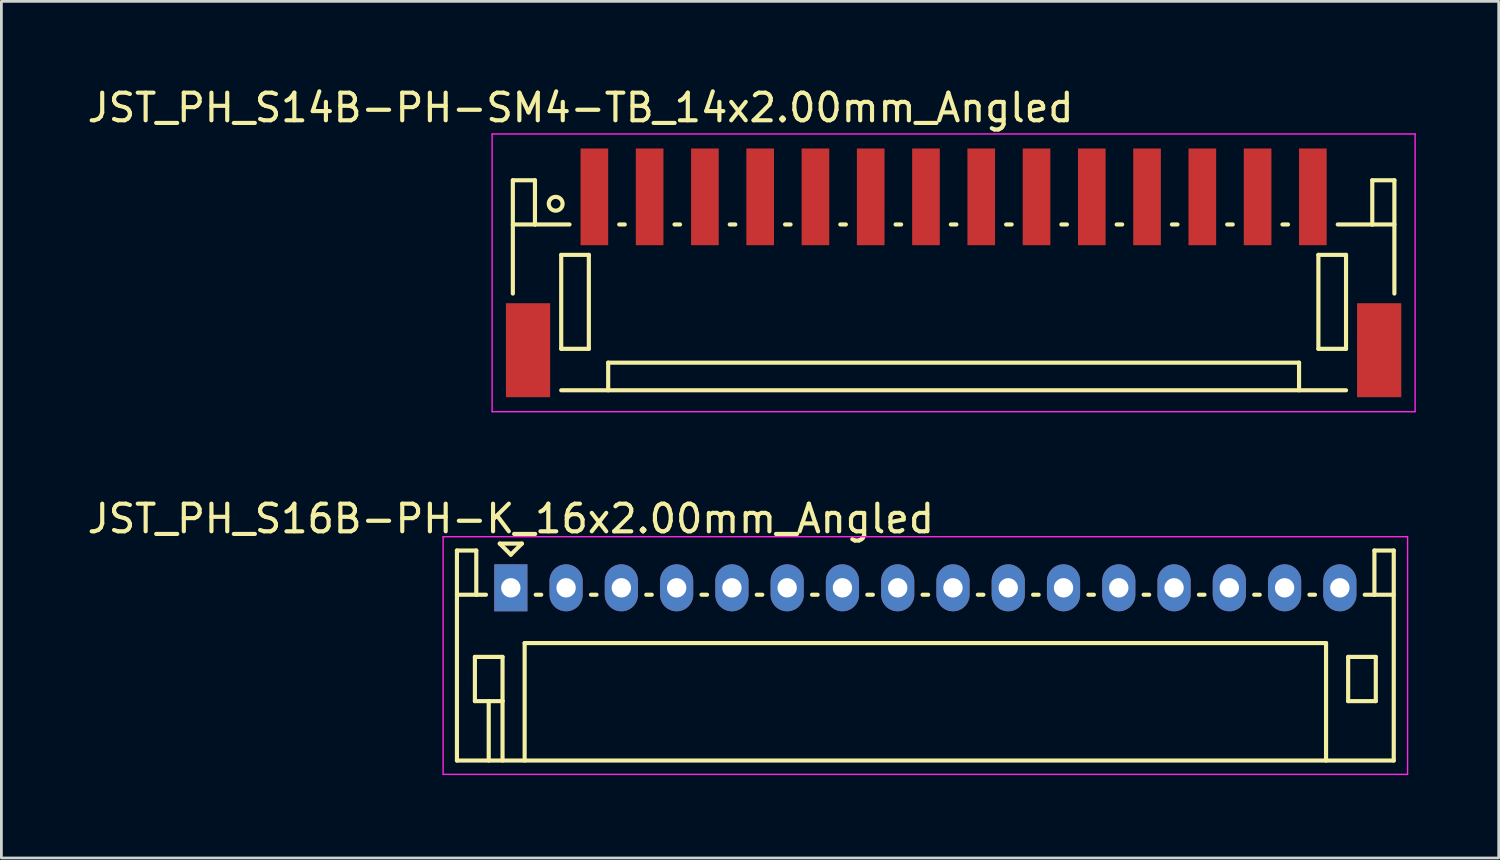
<source format=kicad_pcb>
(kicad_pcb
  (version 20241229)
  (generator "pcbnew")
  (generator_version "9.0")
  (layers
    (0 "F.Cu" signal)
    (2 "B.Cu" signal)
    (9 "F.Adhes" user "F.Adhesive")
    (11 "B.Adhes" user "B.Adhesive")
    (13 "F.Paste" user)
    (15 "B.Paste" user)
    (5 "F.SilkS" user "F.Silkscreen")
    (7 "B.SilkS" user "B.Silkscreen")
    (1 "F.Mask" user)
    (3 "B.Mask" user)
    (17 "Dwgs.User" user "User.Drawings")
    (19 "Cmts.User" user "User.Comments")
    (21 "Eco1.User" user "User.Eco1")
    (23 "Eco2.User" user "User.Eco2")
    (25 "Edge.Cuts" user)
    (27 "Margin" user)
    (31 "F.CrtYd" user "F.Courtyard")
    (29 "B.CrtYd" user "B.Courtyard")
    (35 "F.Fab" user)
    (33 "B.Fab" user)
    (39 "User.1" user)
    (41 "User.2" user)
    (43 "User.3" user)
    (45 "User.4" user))
  (footprint "JST_PH_S16B-PH-K_16x2.00mm_Angled"
    (layer "F.Cu")
    (at 15.435 18.221)
    (property "Reference" "JST_PH_S16B-PH-K_16x2.00mm_Angled" (at 0 -2.5 0) (layer "F.SilkS") (effects (font (size 1 1) (thickness 0.15))))
    (attr through_hole)
    (fp_line (start -1.95 -1.35) (end -1.95 6.25) (stroke (width 0.15) (type solid)) (layer "F.SilkS"))
    (fp_line (start -1.95 0.25) (end -1.25 0.25) (stroke (width 0.15) (type solid)) (layer "F.SilkS"))
    (fp_line (start -1.95 6.25) (end 31.95 6.25) (stroke (width 0.15) (type solid)) (layer "F.SilkS"))
    (fp_line (start -1.3 2.5) (end -1.3 4.1) (stroke (width 0.15) (type solid)) (layer "F.SilkS"))
    (fp_line (start -1.3 4.1) (end -0.3 4.1) (stroke (width 0.15) (type solid)) (layer "F.SilkS"))
    (fp_line (start -1.25 -1.35) (end -1.95 -1.35) (stroke (width 0.15) (type solid)) (layer "F.SilkS"))
    (fp_line (start -1.25 0.25) (end -1.25 -1.35) (stroke (width 0.15) (type solid)) (layer "F.SilkS"))
    (fp_line (start -0.9 0.25) (end -1.25 0.25) (stroke (width 0.15) (type solid)) (layer "F.SilkS"))
    (fp_line (start -0.8 4.1) (end -0.8 6.25) (stroke (width 0.15) (type solid)) (layer "F.SilkS"))
    (fp_line (start -0.4 -1.6) (end 0.4 -1.6) (stroke (width 0.15) (type solid)) (layer "F.SilkS"))
    (fp_line (start -0.3 2.5) (end -1.3 2.5) (stroke (width 0.15) (type solid)) (layer "F.SilkS"))
    (fp_line (start -0.3 4.1) (end -0.3 2.5) (stroke (width 0.15) (type solid)) (layer "F.SilkS"))
    (fp_line (start -0.3 4.1) (end -0.3 6.25) (stroke (width 0.15) (type solid)) (layer "F.SilkS"))
    (fp_line (start 0 -1.2) (end -0.4 -1.6) (stroke (width 0.15) (type solid)) (layer "F.SilkS"))
    (fp_line (start 0.4 -1.6) (end 0 -1.2) (stroke (width 0.15) (type solid)) (layer "F.SilkS"))
    (fp_line (start 0.5 2) (end 29.5 2) (stroke (width 0.15) (type solid)) (layer "F.SilkS"))
    (fp_line (start 0.5 6.25) (end 0.5 2) (stroke (width 0.15) (type solid)) (layer "F.SilkS"))
    (fp_line (start 0.9 0.25) (end 1.1 0.25) (stroke (width 0.15) (type solid)) (layer "F.SilkS"))
    (fp_line (start 2.9 0.25) (end 3.1 0.25) (stroke (width 0.15) (type solid)) (layer "F.SilkS"))
    (fp_line (start 4.9 0.25) (end 5.1 0.25) (stroke (width 0.15) (type solid)) (layer "F.SilkS"))
    (fp_line (start 6.9 0.25) (end 7.1 0.25) (stroke (width 0.15) (type solid)) (layer "F.SilkS"))
    (fp_line (start 8.9 0.25) (end 9.1 0.25) (stroke (width 0.15) (type solid)) (layer "F.SilkS"))
    (fp_line (start 10.9 0.25) (end 11.1 0.25) (stroke (width 0.15) (type solid)) (layer "F.SilkS"))
    (fp_line (start 12.9 0.25) (end 13.1 0.25) (stroke (width 0.15) (type solid)) (layer "F.SilkS"))
    (fp_line (start 14.9 0.25) (end 15.1 0.25) (stroke (width 0.15) (type solid)) (layer "F.SilkS"))
    (fp_line (start 16.9 0.25) (end 17.1 0.25) (stroke (width 0.15) (type solid)) (layer "F.SilkS"))
    (fp_line (start 18.9 0.25) (end 19.1 0.25) (stroke (width 0.15) (type solid)) (layer "F.SilkS"))
    (fp_line (start 20.9 0.25) (end 21.1 0.25) (stroke (width 0.15) (type solid)) (layer "F.SilkS"))
    (fp_line (start 22.9 0.25) (end 23.1 0.25) (stroke (width 0.15) (type solid)) (layer "F.SilkS"))
    (fp_line (start 24.9 0.25) (end 25.1 0.25) (stroke (width 0.15) (type solid)) (layer "F.SilkS"))
    (fp_line (start 26.9 0.25) (end 27.1 0.25) (stroke (width 0.15) (type solid)) (layer "F.SilkS"))
    (fp_line (start 28.9 0.25) (end 29.1 0.25) (stroke (width 0.15) (type solid)) (layer "F.SilkS"))
    (fp_line (start 29.5 2) (end 29.5 6.25) (stroke (width 0.15) (type solid)) (layer "F.SilkS"))
    (fp_line (start 30.3 2.5) (end 31.3 2.5) (stroke (width 0.15) (type solid)) (layer "F.SilkS"))
    (fp_line (start 30.3 4.1) (end 30.3 2.5) (stroke (width 0.15) (type solid)) (layer "F.SilkS"))
    (fp_line (start 31.25 -1.35) (end 31.25 0.25) (stroke (width 0.15) (type solid)) (layer "F.SilkS"))
    (fp_line (start 31.25 0.25) (end 30.9 0.25) (stroke (width 0.15) (type solid)) (layer "F.SilkS"))
    (fp_line (start 31.3 2.5) (end 31.3 4.1) (stroke (width 0.15) (type solid)) (layer "F.SilkS"))
    (fp_line (start 31.3 4.1) (end 30.3 4.1) (stroke (width 0.15) (type solid)) (layer "F.SilkS"))
    (fp_line (start 31.95 -1.35) (end 31.25 -1.35) (stroke (width 0.15) (type solid)) (layer "F.SilkS"))
    (fp_line (start 31.95 0.25) (end 31.25 0.25) (stroke (width 0.15) (type solid)) (layer "F.SilkS"))
    (fp_line (start 31.95 6.25) (end 31.95 -1.35) (stroke (width 0.15) (type solid)) (layer "F.SilkS"))
    (fp_line (start -2.45 -1.85) (end 32.45 -1.85) (stroke (width 0.05) (type solid)) (layer "F.CrtYd"))
    (fp_line (start -2.45 6.75) (end -2.45 -1.85) (stroke (width 0.05) (type solid)) (layer "F.CrtYd"))
    (fp_line (start 32.45 -1.85) (end 32.45 6.75) (stroke (width 0.05) (type solid)) (layer "F.CrtYd"))
    (fp_line (start 32.45 6.75) (end -2.45 6.75) (stroke (width 0.05) (type solid)) (layer "F.CrtYd"))
    (pad "1" thru_hole rect (at 0 0) (size 1.2 1.7) (drill 0.7) (layers "*.Cu" "*.Mask"))
    (pad "2" thru_hole oval (at 2 0) (size 1.2 1.7) (drill 0.7) (layers "*.Cu" "*.Mask"))
    (pad "3" thru_hole oval (at 4 0) (size 1.2 1.7) (drill 0.7) (layers "*.Cu" "*.Mask"))
    (pad "4" thru_hole oval (at 6 0) (size 1.2 1.7) (drill 0.7) (layers "*.Cu" "*.Mask"))
    (pad "5" thru_hole oval (at 8 0) (size 1.2 1.7) (drill 0.7) (layers "*.Cu" "*.Mask"))
    (pad "6" thru_hole oval (at 10 0) (size 1.2 1.7) (drill 0.7) (layers "*.Cu" "*.Mask"))
    (pad "7" thru_hole oval (at 12 0) (size 1.2 1.7) (drill 0.7) (layers "*.Cu" "*.Mask"))
    (pad "8" thru_hole oval (at 14 0) (size 1.2 1.7) (drill 0.7) (layers "*.Cu" "*.Mask"))
    (pad "9" thru_hole oval (at 16 0) (size 1.2 1.7) (drill 0.7) (layers "*.Cu" "*.Mask"))
    (pad "10" thru_hole oval (at 18 0) (size 1.2 1.7) (drill 0.7) (layers "*.Cu" "*.Mask"))
    (pad "11" thru_hole oval (at 20 0) (size 1.2 1.7) (drill 0.7) (layers "*.Cu" "*.Mask"))
    (pad "12" thru_hole oval (at 22 0) (size 1.2 1.7) (drill 0.7) (layers "*.Cu" "*.Mask"))
    (pad "13" thru_hole oval (at 24 0) (size 1.2 1.7) (drill 0.7) (layers "*.Cu" "*.Mask"))
    (pad "14" thru_hole oval (at 26 0) (size 1.2 1.7) (drill 0.7) (layers "*.Cu" "*.Mask"))
    (pad "15" thru_hole oval (at 28 0) (size 1.2 1.7) (drill 0.7) (layers "*.Cu" "*.Mask"))
    (pad "16" thru_hole oval (at 30 0) (size 1.2 1.7) (drill 0.7) (layers "*.Cu" "*.Mask")))
  (footprint "JST_PH_S14B-PH-SM4-TB_14x2.00mm_Angled"
    (layer "F.Cu")
    (at 31.458 6.848)
    (property "Reference" "JST_PH_S14B-PH-SM4-TB_14x2.00mm_Angled" (at -13.5 -6 0) (layer "F.SilkS") (effects (font (size 1 1) (thickness 0.15))))
    (attr smd)
    (fp_line (start -15.95 -3.375) (end -15.95 0.725) (stroke (width 0.15) (type solid)) (layer "F.SilkS"))
    (fp_line (start -15.15 -3.375) (end -15.95 -3.375) (stroke (width 0.15) (type solid)) (layer "F.SilkS"))
    (fp_line (start -15.15 -1.775) (end -15.95 -1.775) (stroke (width 0.15) (type solid)) (layer "F.SilkS"))
    (fp_line (start -15.15 -1.775) (end -15.15 -3.375) (stroke (width 0.15) (type solid)) (layer "F.SilkS"))
    (fp_line (start -14.2 -0.675) (end -14.2 2.725) (stroke (width 0.15) (type solid)) (layer "F.SilkS"))
    (fp_line (start -14.2 2.725) (end -13.2 2.725) (stroke (width 0.15) (type solid)) (layer "F.SilkS"))
    (fp_line (start -14.2 4.225) (end 14.2 4.225) (stroke (width 0.15) (type solid)) (layer "F.SilkS"))
    (fp_line (start -13.9 -1.775) (end -15.15 -1.775) (stroke (width 0.15) (type solid)) (layer "F.SilkS"))
    (fp_line (start -13.2 -0.675) (end -14.2 -0.675) (stroke (width 0.15) (type solid)) (layer "F.SilkS"))
    (fp_line (start -13.2 2.725) (end -13.2 -0.675) (stroke (width 0.15) (type solid)) (layer "F.SilkS"))
    (fp_line (start -12.5 3.225) (end 12.5 3.225) (stroke (width 0.15) (type solid)) (layer "F.SilkS"))
    (fp_line (start -12.5 4.225) (end -12.5 3.225) (stroke (width 0.15) (type solid)) (layer "F.SilkS"))
    (fp_line (start -12.1 -1.775) (end -11.9 -1.775) (stroke (width 0.15) (type solid)) (layer "F.SilkS"))
    (fp_line (start -10.1 -1.775) (end -9.9 -1.775) (stroke (width 0.15) (type solid)) (layer "F.SilkS"))
    (fp_line (start -8.1 -1.775) (end -7.9 -1.775) (stroke (width 0.15) (type solid)) (layer "F.SilkS"))
    (fp_line (start -6.1 -1.775) (end -5.9 -1.775) (stroke (width 0.15) (type solid)) (layer "F.SilkS"))
    (fp_line (start -4.1 -1.775) (end -3.9 -1.775) (stroke (width 0.15) (type solid)) (layer "F.SilkS"))
    (fp_line (start -2.1 -1.775) (end -1.9 -1.775) (stroke (width 0.15) (type solid)) (layer "F.SilkS"))
    (fp_line (start -0.1 -1.775) (end 0.1 -1.775) (stroke (width 0.15) (type solid)) (layer "F.SilkS"))
    (fp_line (start 1.9 -1.775) (end 2.1 -1.775) (stroke (width 0.15) (type solid)) (layer "F.SilkS"))
    (fp_line (start 3.9 -1.775) (end 4.1 -1.775) (stroke (width 0.15) (type solid)) (layer "F.SilkS"))
    (fp_line (start 5.9 -1.775) (end 6.1 -1.775) (stroke (width 0.15) (type solid)) (layer "F.SilkS"))
    (fp_line (start 7.9 -1.775) (end 8.1 -1.775) (stroke (width 0.15) (type solid)) (layer "F.SilkS"))
    (fp_line (start 9.9 -1.775) (end 10.1 -1.775) (stroke (width 0.15) (type solid)) (layer "F.SilkS"))
    (fp_line (start 11.9 -1.775) (end 12.1 -1.775) (stroke (width 0.15) (type solid)) (layer "F.SilkS"))
    (fp_line (start 12.5 3.225) (end 12.5 4.225) (stroke (width 0.15) (type solid)) (layer "F.SilkS"))
    (fp_line (start 13.2 -0.675) (end 14.2 -0.675) (stroke (width 0.15) (type solid)) (layer "F.SilkS"))
    (fp_line (start 13.2 2.725) (end 13.2 -0.675) (stroke (width 0.15) (type solid)) (layer "F.SilkS"))
    (fp_line (start 13.9 -1.775) (end 15.15 -1.775) (stroke (width 0.15) (type solid)) (layer "F.SilkS"))
    (fp_line (start 14.2 -0.675) (end 14.2 2.725) (stroke (width 0.15) (type solid)) (layer "F.SilkS"))
    (fp_line (start 14.2 2.725) (end 13.2 2.725) (stroke (width 0.15) (type solid)) (layer "F.SilkS"))
    (fp_line (start 15.15 -3.375) (end 15.95 -3.375) (stroke (width 0.15) (type solid)) (layer "F.SilkS"))
    (fp_line (start 15.15 -1.775) (end 15.15 -3.375) (stroke (width 0.15) (type solid)) (layer "F.SilkS"))
    (fp_line (start 15.15 -1.775) (end 15.95 -1.775) (stroke (width 0.15) (type solid)) (layer "F.SilkS"))
    (fp_line (start 15.95 -3.375) (end 15.95 0.725) (stroke (width 0.15) (type solid)) (layer "F.SilkS"))
    (fp_circle (center -14.4 -2.525) (end -14.15 -2.525) (stroke (width 0.15) (type solid)) (fill no) (layer "F.SilkS"))
    (fp_line (start -16.7 -5.05) (end 16.7 -5.05) (stroke (width 0.05) (type solid)) (layer "F.CrtYd"))
    (fp_line (start -16.7 5) (end -16.7 -5.05) (stroke (width 0.05) (type solid)) (layer "F.CrtYd"))
    (fp_line (start 16.7 -5.05) (end 16.7 5) (stroke (width 0.05) (type solid)) (layer "F.CrtYd"))
    (fp_line (start 16.7 5) (end -16.7 5) (stroke (width 0.05) (type solid)) (layer "F.CrtYd"))
    (pad "" smd rect (at -15.4 2.775) (size 1.6 3.4) (layers "F.Cu" "F.Mask" "F.Paste"))
    (pad "" smd rect (at 15.4 2.775) (size 1.6 3.4) (layers "F.Cu" "F.Mask" "F.Paste"))
    (pad "1" smd rect (at -13 -2.775) (size 1 3.5) (layers "F.Cu" "F.Mask" "F.Paste"))
    (pad "2" smd rect (at -11 -2.775) (size 1 3.5) (layers "F.Cu" "F.Mask" "F.Paste"))
    (pad "3" smd rect (at -9 -2.775) (size 1 3.5) (layers "F.Cu" "F.Mask" "F.Paste"))
    (pad "4" smd rect (at -7 -2.775) (size 1 3.5) (layers "F.Cu" "F.Mask" "F.Paste"))
    (pad "5" smd rect (at -5 -2.775) (size 1 3.5) (layers "F.Cu" "F.Mask" "F.Paste"))
    (pad "6" smd rect (at -3 -2.775) (size 1 3.5) (layers "F.Cu" "F.Mask" "F.Paste"))
    (pad "7" smd rect (at -1 -2.775) (size 1 3.5) (layers "F.Cu" "F.Mask" "F.Paste"))
    (pad "8" smd rect (at 1 -2.775) (size 1 3.5) (layers "F.Cu" "F.Mask" "F.Paste"))
    (pad "9" smd rect (at 3 -2.775) (size 1 3.5) (layers "F.Cu" "F.Mask" "F.Paste"))
    (pad "10" smd rect (at 5 -2.775) (size 1 3.5) (layers "F.Cu" "F.Mask" "F.Paste"))
    (pad "11" smd rect (at 7 -2.775) (size 1 3.5) (layers "F.Cu" "F.Mask" "F.Paste"))
    (pad "12" smd rect (at 9 -2.775) (size 1 3.5) (layers "F.Cu" "F.Mask" "F.Paste"))
    (pad "13" smd rect (at 11 -2.775) (size 1 3.5) (layers "F.Cu" "F.Mask" "F.Paste"))
    (pad "14" smd rect (at 13 -2.775) (size 1 3.5) (layers "F.Cu" "F.Mask" "F.Paste")))
  (gr_rect
    (start -3 -3)
    (end 51.183 27.997)
    (stroke (width 0.1) (type default))
    (fill no)
    (layer "Edge.Cuts")))
</source>
